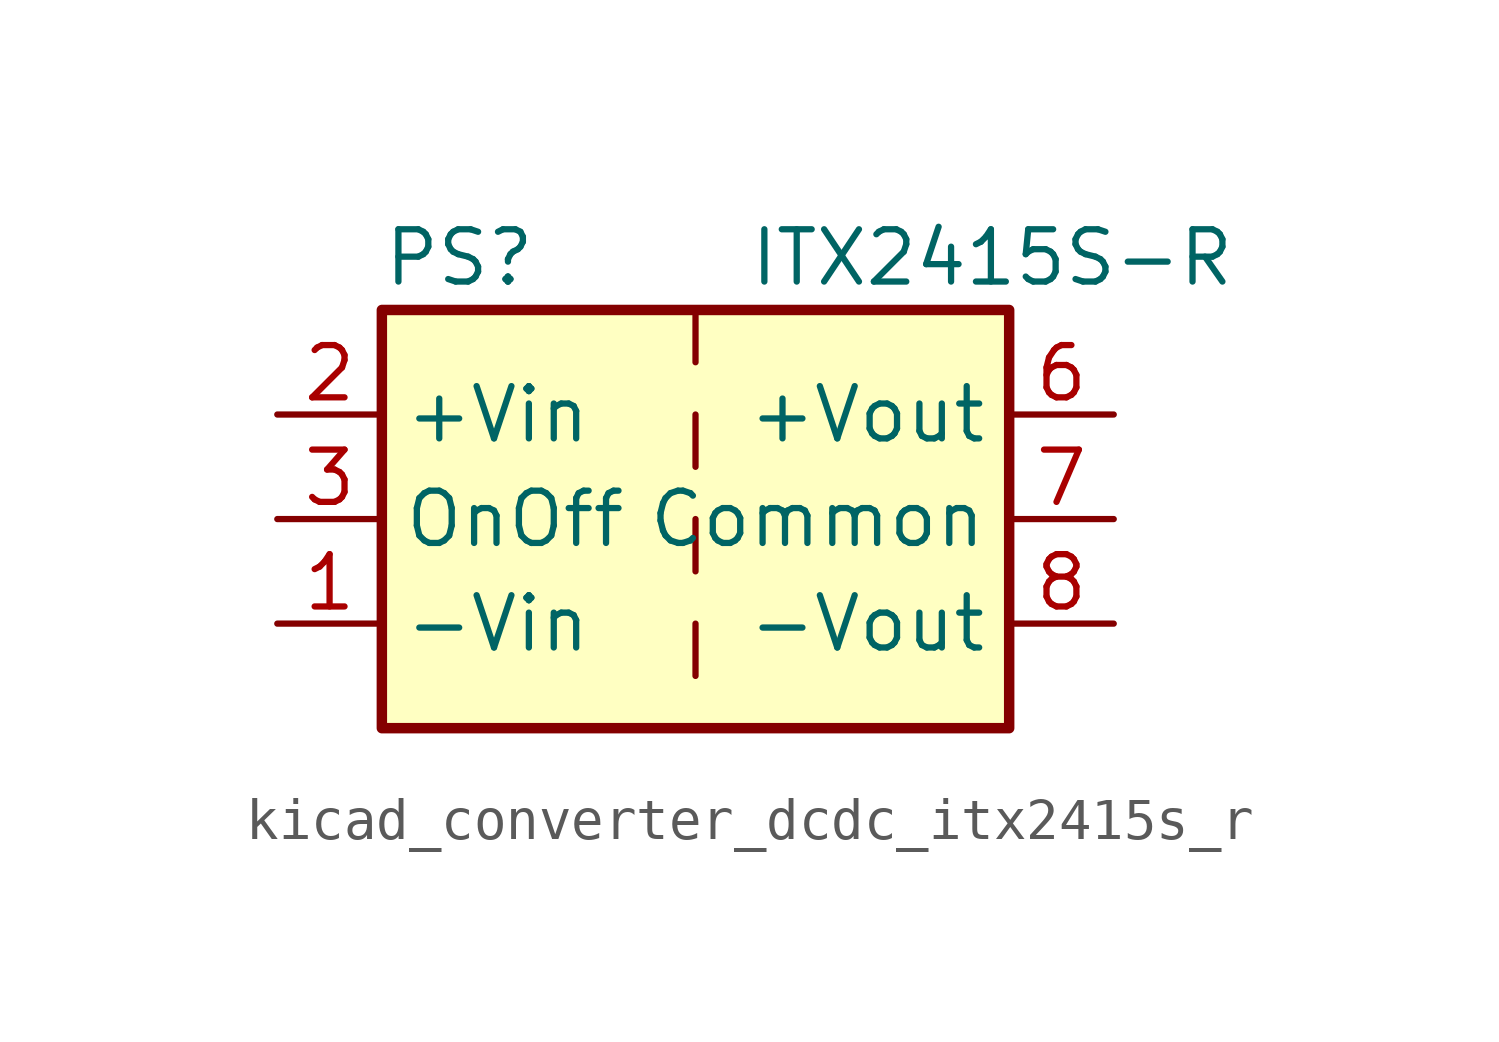
<source format=kicad_sym>
(kicad_symbol_lib
  (version 20220914)
  (generator kicad_symbol_editor)
  (symbol "kicad_converter_dcdc_itx2415s_r"
    (property "Reference" "PS"
      (at -7.62 6.35 0)
      (effects (font (size 1.27 1.27)) (justify left)))
    (property "Value" "ITX2415S-R"
      (at 1.27 6.35 0)
      (effects (font (size 1.27 1.27)) (justify left)))
    (symbol "kicad_converter_dcdc_itx2415s_r_0_0"
      (pin power_in line (at -10.16 -2.54 0) (length 2.54) (name "-Vin" (effects (font (size 1.27 1.27)))) (number "1" (effects (font (size 1.27 1.27)))))
      (pin power_in line (at -10.16 2.54 0) (length 2.54) (name "+Vin" (effects (font (size 1.27 1.27)))) (number "2" (effects (font (size 1.27 1.27)))))
      (pin input line (at -10.16 0 0) (length 2.54) (name "OnOff" (effects (font (size 1.27 1.27)))) (number "3" (effects (font (size 1.27 1.27)))))
      (pin no_connect line (at 0 5.08 270) (length 2.54) hide (name "NC" (effects (font (size 1.27 1.27)))) (number "5" (effects (font (size 1.27 1.27)))))
      (pin power_out line (at 10.16 2.54 180) (length 2.54) (name "+Vout" (effects (font (size 1.27 1.27)))) (number "6" (effects (font (size 1.27 1.27)))))
      (pin power_out line (at 10.16 0 180) (length 2.54) (name "Common" (effects (font (size 1.27 1.27)))) (number "7" (effects (font (size 1.27 1.27)))))
      (pin power_out line (at 10.16 -2.54 180) (length 2.54) (name "-Vout" (effects (font (size 1.27 1.27)))) (number "8" (effects (font (size 1.27 1.27))))))
    (symbol "kicad_converter_dcdc_itx2415s_r_0_1"
      (rectangle (start -7.62 5.08) (end 7.62 -5.08) (stroke (width 0.254) (type default)) (fill (type background)))
      (polyline (pts (xy 0 -2.54) (xy 0 -3.81)) (stroke (width 0) (type default)) (fill (type none)))
      (polyline (pts (xy 0 0) (xy 0 -1.27)) (stroke (width 0) (type default)) (fill (type none)))
      (polyline (pts (xy 0 2.54) (xy 0 1.27)) (stroke (width 0) (type default)) (fill (type none)))
      (polyline (pts (xy 0 5.08) (xy 0 3.81)) (stroke (width 0) (type default)) (fill (type none))))))
</source>
